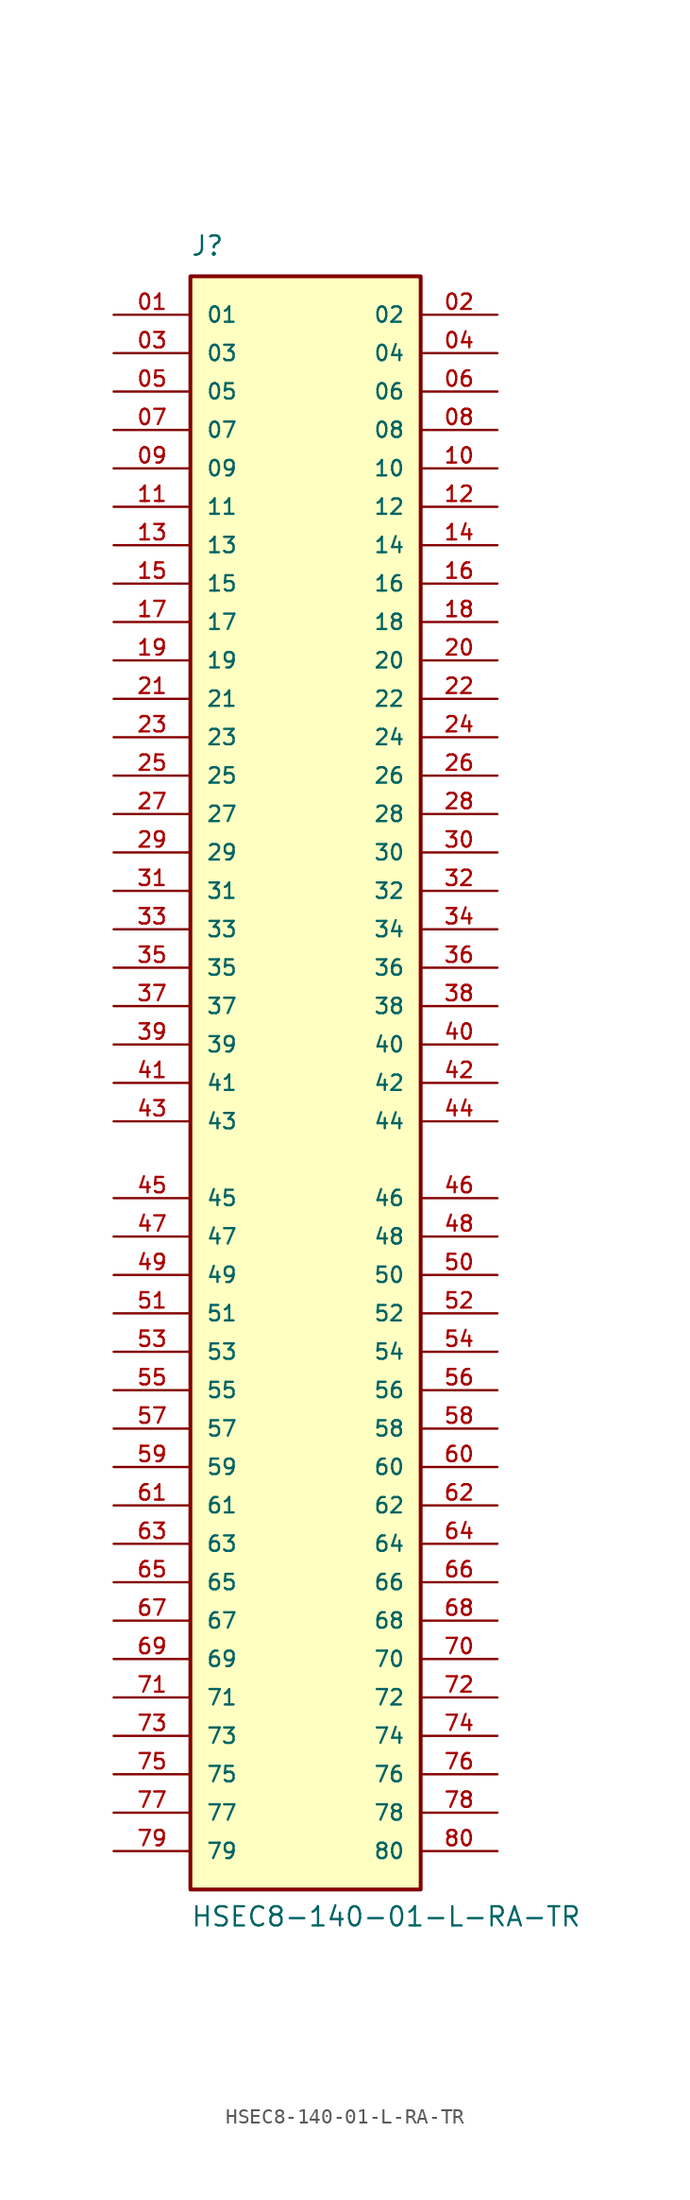
<source format=kicad_sym>
(kicad_symbol_lib
  (version 20211014)
  (generator kicad_symbol_editor)
  (symbol "HSEC8-140-01-L-RA-TR"
    (pin_names
      (offset 1.016))
    (property "Reference" "J"
      (at -7.62 54.61 0)
      (effects (font (size 1.27 1.27)) (justify bottom left)))
    (property "Value" "HSEC8-140-01-L-RA-TR"
      (at -7.62 -55.88 0)
      (effects (font (size 1.27 1.27)) (justify bottom left)))
    (symbol "HSEC8-140-01-L-RA-TR_0_0"
      (rectangle (start -7.62 -53.34) (end 7.62 53.34) (stroke (width 0.254)) (fill (type background)))
      (pin passive line (at -12.7 50.8 0) (length 5.08) (name "01" (effects (font (size 1.016 1.016)))) (number "01" (effects (font (size 1.016 1.016)))))
      (pin passive line (at 12.7 50.8 180.0) (length 5.08) (name "02" (effects (font (size 1.016 1.016)))) (number "02" (effects (font (size 1.016 1.016)))))
      (pin passive line (at -12.7 48.26 0) (length 5.08) (name "03" (effects (font (size 1.016 1.016)))) (number "03" (effects (font (size 1.016 1.016)))))
      (pin passive line (at 12.7 48.26 180.0) (length 5.08) (name "04" (effects (font (size 1.016 1.016)))) (number "04" (effects (font (size 1.016 1.016)))))
      (pin passive line (at -12.7 45.72 0) (length 5.08) (name "05" (effects (font (size 1.016 1.016)))) (number "05" (effects (font (size 1.016 1.016)))))
      (pin passive line (at 12.7 45.72 180.0) (length 5.08) (name "06" (effects (font (size 1.016 1.016)))) (number "06" (effects (font (size 1.016 1.016)))))
      (pin passive line (at -12.7 43.18 0) (length 5.08) (name "07" (effects (font (size 1.016 1.016)))) (number "07" (effects (font (size 1.016 1.016)))))
      (pin passive line (at 12.7 43.18 180.0) (length 5.08) (name "08" (effects (font (size 1.016 1.016)))) (number "08" (effects (font (size 1.016 1.016)))))
      (pin passive line (at -12.7 40.64 0) (length 5.08) (name "09" (effects (font (size 1.016 1.016)))) (number "09" (effects (font (size 1.016 1.016)))))
      (pin passive line (at 12.7 40.64 180.0) (length 5.08) (name "10" (effects (font (size 1.016 1.016)))) (number "10" (effects (font (size 1.016 1.016)))))
      (pin passive line (at -12.7 38.1 0) (length 5.08) (name "11" (effects (font (size 1.016 1.016)))) (number "11" (effects (font (size 1.016 1.016)))))
      (pin passive line (at 12.7 38.1 180.0) (length 5.08) (name "12" (effects (font (size 1.016 1.016)))) (number "12" (effects (font (size 1.016 1.016)))))
      (pin passive line (at -12.7 35.56 0) (length 5.08) (name "13" (effects (font (size 1.016 1.016)))) (number "13" (effects (font (size 1.016 1.016)))))
      (pin passive line (at 12.7 35.56 180.0) (length 5.08) (name "14" (effects (font (size 1.016 1.016)))) (number "14" (effects (font (size 1.016 1.016)))))
      (pin passive line (at -12.7 33.02 0) (length 5.08) (name "15" (effects (font (size 1.016 1.016)))) (number "15" (effects (font (size 1.016 1.016)))))
      (pin passive line (at 12.7 33.02 180.0) (length 5.08) (name "16" (effects (font (size 1.016 1.016)))) (number "16" (effects (font (size 1.016 1.016)))))
      (pin passive line (at -12.7 30.48 0) (length 5.08) (name "17" (effects (font (size 1.016 1.016)))) (number "17" (effects (font (size 1.016 1.016)))))
      (pin passive line (at 12.7 30.48 180.0) (length 5.08) (name "18" (effects (font (size 1.016 1.016)))) (number "18" (effects (font (size 1.016 1.016)))))
      (pin passive line (at -12.7 27.94 0) (length 5.08) (name "19" (effects (font (size 1.016 1.016)))) (number "19" (effects (font (size 1.016 1.016)))))
      (pin passive line (at 12.7 27.94 180.0) (length 5.08) (name "20" (effects (font (size 1.016 1.016)))) (number "20" (effects (font (size 1.016 1.016)))))
      (pin passive line (at -12.7 25.4 0) (length 5.08) (name "21" (effects (font (size 1.016 1.016)))) (number "21" (effects (font (size 1.016 1.016)))))
      (pin passive line (at 12.7 25.4 180.0) (length 5.08) (name "22" (effects (font (size 1.016 1.016)))) (number "22" (effects (font (size 1.016 1.016)))))
      (pin passive line (at -12.7 22.86 0) (length 5.08) (name "23" (effects (font (size 1.016 1.016)))) (number "23" (effects (font (size 1.016 1.016)))))
      (pin passive line (at 12.7 22.86 180.0) (length 5.08) (name "24" (effects (font (size 1.016 1.016)))) (number "24" (effects (font (size 1.016 1.016)))))
      (pin passive line (at -12.7 20.32 0) (length 5.08) (name "25" (effects (font (size 1.016 1.016)))) (number "25" (effects (font (size 1.016 1.016)))))
      (pin passive line (at 12.7 20.32 180.0) (length 5.08) (name "26" (effects (font (size 1.016 1.016)))) (number "26" (effects (font (size 1.016 1.016)))))
      (pin passive line (at -12.7 17.78 0) (length 5.08) (name "27" (effects (font (size 1.016 1.016)))) (number "27" (effects (font (size 1.016 1.016)))))
      (pin passive line (at 12.7 17.78 180.0) (length 5.08) (name "28" (effects (font (size 1.016 1.016)))) (number "28" (effects (font (size 1.016 1.016)))))
      (pin passive line (at -12.7 15.24 0) (length 5.08) (name "29" (effects (font (size 1.016 1.016)))) (number "29" (effects (font (size 1.016 1.016)))))
      (pin passive line (at 12.7 15.24 180.0) (length 5.08) (name "30" (effects (font (size 1.016 1.016)))) (number "30" (effects (font (size 1.016 1.016)))))
      (pin passive line (at -12.7 12.7 0) (length 5.08) (name "31" (effects (font (size 1.016 1.016)))) (number "31" (effects (font (size 1.016 1.016)))))
      (pin passive line (at 12.7 12.7 180.0) (length 5.08) (name "32" (effects (font (size 1.016 1.016)))) (number "32" (effects (font (size 1.016 1.016)))))
      (pin passive line (at -12.7 10.16 0) (length 5.08) (name "33" (effects (font (size 1.016 1.016)))) (number "33" (effects (font (size 1.016 1.016)))))
      (pin passive line (at 12.7 10.16 180.0) (length 5.08) (name "34" (effects (font (size 1.016 1.016)))) (number "34" (effects (font (size 1.016 1.016)))))
      (pin passive line (at -12.7 7.62 0) (length 5.08) (name "35" (effects (font (size 1.016 1.016)))) (number "35" (effects (font (size 1.016 1.016)))))
      (pin passive line (at 12.7 7.62 180.0) (length 5.08) (name "36" (effects (font (size 1.016 1.016)))) (number "36" (effects (font (size 1.016 1.016)))))
      (pin passive line (at -12.7 5.08 0) (length 5.08) (name "37" (effects (font (size 1.016 1.016)))) (number "37" (effects (font (size 1.016 1.016)))))
      (pin passive line (at 12.7 5.08 180.0) (length 5.08) (name "38" (effects (font (size 1.016 1.016)))) (number "38" (effects (font (size 1.016 1.016)))))
      (pin passive line (at -12.7 2.54 0) (length 5.08) (name "39" (effects (font (size 1.016 1.016)))) (number "39" (effects (font (size 1.016 1.016)))))
      (pin passive line (at 12.7 2.54 180.0) (length 5.08) (name "40" (effects (font (size 1.016 1.016)))) (number "40" (effects (font (size 1.016 1.016)))))
      (pin passive line (at -12.7 0.0 0) (length 5.08) (name "41" (effects (font (size 1.016 1.016)))) (number "41" (effects (font (size 1.016 1.016)))))
      (pin passive line (at 12.7 0.0 180.0) (length 5.08) (name "42" (effects (font (size 1.016 1.016)))) (number "42" (effects (font (size 1.016 1.016)))))
      (pin passive line (at -12.7 -2.54 0) (length 5.08) (name "43" (effects (font (size 1.016 1.016)))) (number "43" (effects (font (size 1.016 1.016)))))
      (pin passive line (at 12.7 -2.54 180.0) (length 5.08) (name "44" (effects (font (size 1.016 1.016)))) (number "44" (effects (font (size 1.016 1.016)))))
      (pin passive line (at -12.7 -7.62 0) (length 5.08) (name "45" (effects (font (size 1.016 1.016)))) (number "45" (effects (font (size 1.016 1.016)))))
      (pin passive line (at 12.7 -7.62 180.0) (length 5.08) (name "46" (effects (font (size 1.016 1.016)))) (number "46" (effects (font (size 1.016 1.016)))))
      (pin passive line (at -12.7 -10.16 0) (length 5.08) (name "47" (effects (font (size 1.016 1.016)))) (number "47" (effects (font (size 1.016 1.016)))))
      (pin passive line (at 12.7 -10.16 180.0) (length 5.08) (name "48" (effects (font (size 1.016 1.016)))) (number "48" (effects (font (size 1.016 1.016)))))
      (pin passive line (at -12.7 -12.7 0) (length 5.08) (name "49" (effects (font (size 1.016 1.016)))) (number "49" (effects (font (size 1.016 1.016)))))
      (pin passive line (at 12.7 -12.7 180.0) (length 5.08) (name "50" (effects (font (size 1.016 1.016)))) (number "50" (effects (font (size 1.016 1.016)))))
      (pin passive line (at -12.7 -15.24 0) (length 5.08) (name "51" (effects (font (size 1.016 1.016)))) (number "51" (effects (font (size 1.016 1.016)))))
      (pin passive line (at 12.7 -15.24 180.0) (length 5.08) (name "52" (effects (font (size 1.016 1.016)))) (number "52" (effects (font (size 1.016 1.016)))))
      (pin passive line (at -12.7 -17.78 0) (length 5.08) (name "53" (effects (font (size 1.016 1.016)))) (number "53" (effects (font (size 1.016 1.016)))))
      (pin passive line (at 12.7 -17.78 180.0) (length 5.08) (name "54" (effects (font (size 1.016 1.016)))) (number "54" (effects (font (size 1.016 1.016)))))
      (pin passive line (at -12.7 -20.32 0) (length 5.08) (name "55" (effects (font (size 1.016 1.016)))) (number "55" (effects (font (size 1.016 1.016)))))
      (pin passive line (at 12.7 -20.32 180.0) (length 5.08) (name "56" (effects (font (size 1.016 1.016)))) (number "56" (effects (font (size 1.016 1.016)))))
      (pin passive line (at -12.7 -22.86 0) (length 5.08) (name "57" (effects (font (size 1.016 1.016)))) (number "57" (effects (font (size 1.016 1.016)))))
      (pin passive line (at 12.7 -22.86 180.0) (length 5.08) (name "58" (effects (font (size 1.016 1.016)))) (number "58" (effects (font (size 1.016 1.016)))))
      (pin passive line (at -12.7 -25.4 0) (length 5.08) (name "59" (effects (font (size 1.016 1.016)))) (number "59" (effects (font (size 1.016 1.016)))))
      (pin passive line (at 12.7 -25.4 180.0) (length 5.08) (name "60" (effects (font (size 1.016 1.016)))) (number "60" (effects (font (size 1.016 1.016)))))
      (pin passive line (at -12.7 -27.94 0) (length 5.08) (name "61" (effects (font (size 1.016 1.016)))) (number "61" (effects (font (size 1.016 1.016)))))
      (pin passive line (at 12.7 -27.94 180.0) (length 5.08) (name "62" (effects (font (size 1.016 1.016)))) (number "62" (effects (font (size 1.016 1.016)))))
      (pin passive line (at -12.7 -30.48 0) (length 5.08) (name "63" (effects (font (size 1.016 1.016)))) (number "63" (effects (font (size 1.016 1.016)))))
      (pin passive line (at 12.7 -30.48 180.0) (length 5.08) (name "64" (effects (font (size 1.016 1.016)))) (number "64" (effects (font (size 1.016 1.016)))))
      (pin passive line (at -12.7 -33.02 0) (length 5.08) (name "65" (effects (font (size 1.016 1.016)))) (number "65" (effects (font (size 1.016 1.016)))))
      (pin passive line (at 12.7 -33.02 180.0) (length 5.08) (name "66" (effects (font (size 1.016 1.016)))) (number "66" (effects (font (size 1.016 1.016)))))
      (pin passive line (at -12.7 -35.56 0) (length 5.08) (name "67" (effects (font (size 1.016 1.016)))) (number "67" (effects (font (size 1.016 1.016)))))
      (pin passive line (at 12.7 -35.56 180.0) (length 5.08) (name "68" (effects (font (size 1.016 1.016)))) (number "68" (effects (font (size 1.016 1.016)))))
      (pin passive line (at -12.7 -38.1 0) (length 5.08) (name "69" (effects (font (size 1.016 1.016)))) (number "69" (effects (font (size 1.016 1.016)))))
      (pin passive line (at 12.7 -38.1 180.0) (length 5.08) (name "70" (effects (font (size 1.016 1.016)))) (number "70" (effects (font (size 1.016 1.016)))))
      (pin passive line (at -12.7 -40.64 0) (length 5.08) (name "71" (effects (font (size 1.016 1.016)))) (number "71" (effects (font (size 1.016 1.016)))))
      (pin passive line (at 12.7 -40.64 180.0) (length 5.08) (name "72" (effects (font (size 1.016 1.016)))) (number "72" (effects (font (size 1.016 1.016)))))
      (pin passive line (at -12.7 -43.18 0) (length 5.08) (name "73" (effects (font (size 1.016 1.016)))) (number "73" (effects (font (size 1.016 1.016)))))
      (pin passive line (at 12.7 -43.18 180.0) (length 5.08) (name "74" (effects (font (size 1.016 1.016)))) (number "74" (effects (font (size 1.016 1.016)))))
      (pin passive line (at -12.7 -45.72 0) (length 5.08) (name "75" (effects (font (size 1.016 1.016)))) (number "75" (effects (font (size 1.016 1.016)))))
      (pin passive line (at 12.7 -45.72 180.0) (length 5.08) (name "76" (effects (font (size 1.016 1.016)))) (number "76" (effects (font (size 1.016 1.016)))))
      (pin passive line (at -12.7 -48.26 0) (length 5.08) (name "77" (effects (font (size 1.016 1.016)))) (number "77" (effects (font (size 1.016 1.016)))))
      (pin passive line (at 12.7 -48.26 180.0) (length 5.08) (name "78" (effects (font (size 1.016 1.016)))) (number "78" (effects (font (size 1.016 1.016)))))
      (pin passive line (at -12.7 -50.8 0) (length 5.08) (name "79" (effects (font (size 1.016 1.016)))) (number "79" (effects (font (size 1.016 1.016)))))
      (pin passive line (at 12.7 -50.8 180.0) (length 5.08) (name "80" (effects (font (size 1.016 1.016)))) (number "80" (effects (font (size 1.016 1.016))))))))
</source>
